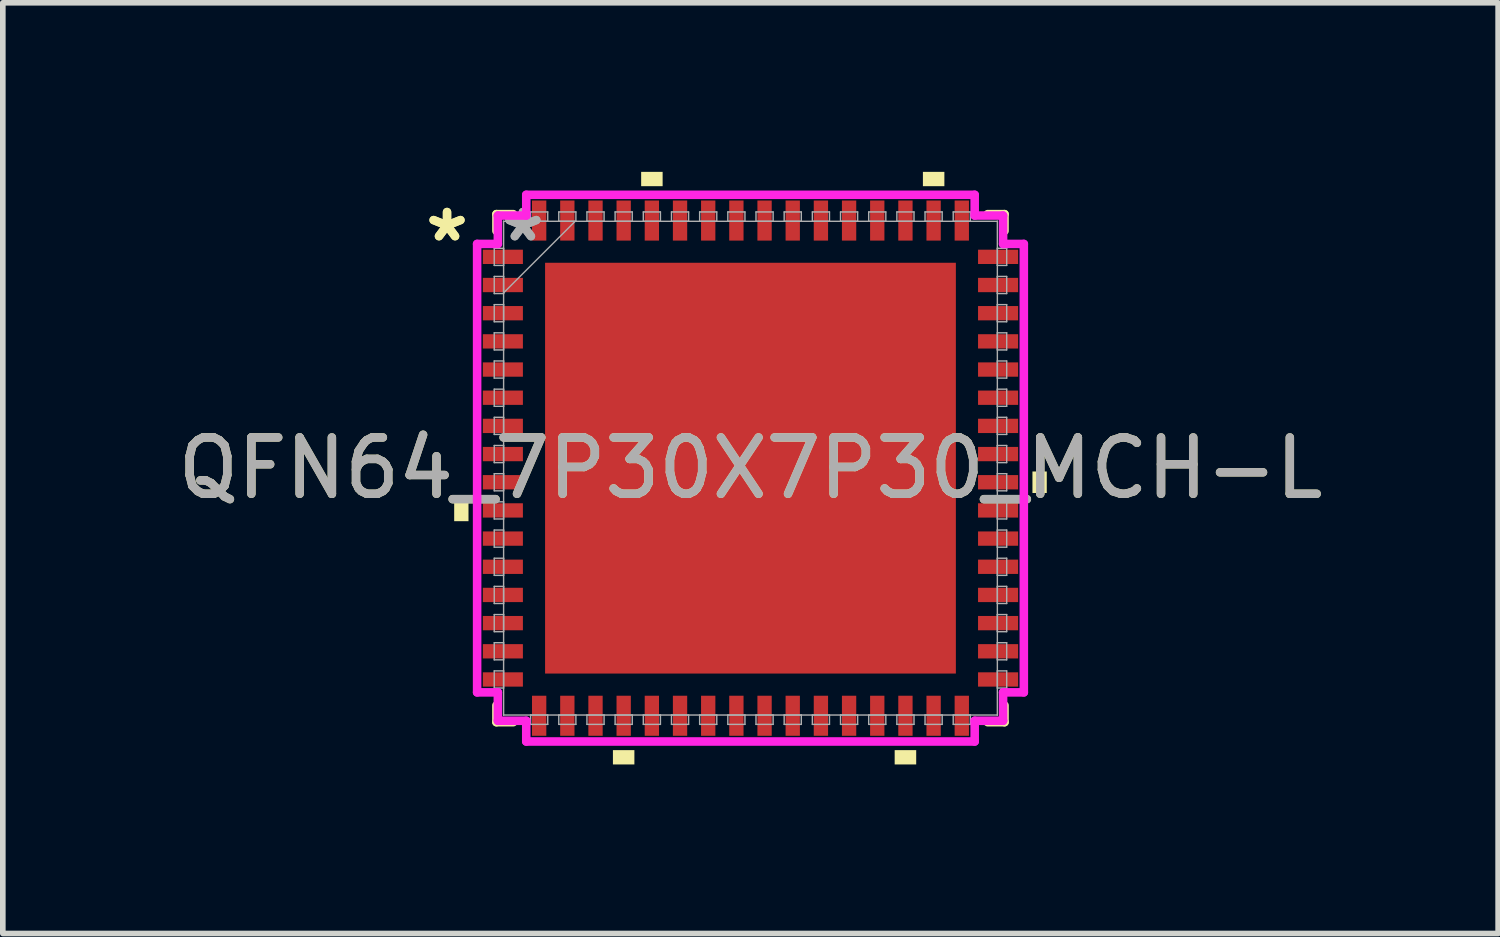
<source format=kicad_pcb>
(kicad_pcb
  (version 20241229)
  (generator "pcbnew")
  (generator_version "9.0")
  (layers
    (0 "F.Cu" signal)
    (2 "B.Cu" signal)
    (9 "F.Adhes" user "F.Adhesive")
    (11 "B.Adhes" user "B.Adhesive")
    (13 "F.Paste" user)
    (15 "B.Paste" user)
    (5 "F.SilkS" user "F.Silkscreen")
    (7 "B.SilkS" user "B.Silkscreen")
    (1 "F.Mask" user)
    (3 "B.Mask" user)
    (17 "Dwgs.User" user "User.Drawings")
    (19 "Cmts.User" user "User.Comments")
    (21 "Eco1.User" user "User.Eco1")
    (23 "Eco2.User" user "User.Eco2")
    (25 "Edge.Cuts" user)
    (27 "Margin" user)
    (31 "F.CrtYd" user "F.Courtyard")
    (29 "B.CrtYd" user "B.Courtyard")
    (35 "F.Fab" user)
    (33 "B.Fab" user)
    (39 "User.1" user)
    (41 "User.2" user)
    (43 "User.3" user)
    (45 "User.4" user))
  (footprint "QFN64_7P30X7P30_MCH-L"
    (layer "F.Cu")
    (at 10.268 5.258)
    (property "Reference" "QFN64_7P30X7P30_MCH-L" (at 0 0 0) (unlocked yes) (layer "F.SilkS") (effects (font (size 1 1) (thickness 0.15))))
    (attr smd)
    (fp_line (start -4.508 -4.508) (end -4.508 -4.21) (stroke (width 0.152) (type solid)) (layer "F.SilkS"))
    (fp_line (start -4.508 4.21) (end -4.508 4.508) (stroke (width 0.152) (type solid)) (layer "F.SilkS"))
    (fp_line (start -4.508 4.508) (end -4.21 4.508) (stroke (width 0.152) (type solid)) (layer "F.SilkS"))
    (fp_line (start -4.21 -4.508) (end -4.508 -4.508) (stroke (width 0.152) (type solid)) (layer "F.SilkS"))
    (fp_line (start 4.21 4.508) (end 4.508 4.508) (stroke (width 0.152) (type solid)) (layer "F.SilkS"))
    (fp_line (start 4.508 -4.508) (end 4.21 -4.508) (stroke (width 0.152) (type solid)) (layer "F.SilkS"))
    (fp_line (start 4.508 -4.21) (end 4.508 -4.508) (stroke (width 0.152) (type solid)) (layer "F.SilkS"))
    (fp_line (start 4.508 4.508) (end 4.508 4.21) (stroke (width 0.152) (type solid)) (layer "F.SilkS"))
    (fp_poly (pts (xy -5.258 0.56) (xy -5.258 0.941) (xy -5.004 0.941) (xy -5.004 0.56)) (stroke (width 0) (type solid)) (fill yes) (layer "F.SilkS"))
    (fp_poly (pts (xy -2.441 5.004) (xy -2.441 5.258) (xy -2.06 5.258) (xy -2.06 5.004)) (stroke (width 0) (type solid)) (fill yes) (layer "F.SilkS"))
    (fp_poly (pts (xy -1.94 -5.004) (xy -1.94 -5.258) (xy -1.559 -5.258) (xy -1.559 -5.004)) (stroke (width 0) (type solid)) (fill yes) (layer "F.SilkS"))
    (fp_poly (pts (xy 2.559 5.004) (xy 2.559 5.258) (xy 2.941 5.258) (xy 2.941 5.004)) (stroke (width 0) (type solid)) (fill yes) (layer "F.SilkS"))
    (fp_poly (pts (xy 3.06 -5.004) (xy 3.06 -5.258) (xy 3.441 -5.258) (xy 3.441 -5.004)) (stroke (width 0) (type solid)) (fill yes) (layer "F.SilkS"))
    (fp_poly (pts (xy 5.258 0.059) (xy 5.258 0.441) (xy 5.004 0.441) (xy 5.004 0.059)) (stroke (width 0) (type solid)) (fill yes) (layer "F.SilkS"))
    (fp_poly (pts (xy -3.545 -3.545) (xy -3.545 -2.287) (xy -2.287 -2.287) (xy -2.287 -3.545)) (stroke (width 0) (type solid)) (fill yes) (layer "F.Paste"))
    (fp_poly (pts (xy -3.545 -2.087) (xy -3.545 -0.829) (xy -2.287 -0.829) (xy -2.287 -2.087)) (stroke (width 0) (type solid)) (fill yes) (layer "F.Paste"))
    (fp_poly (pts (xy -3.545 -0.629) (xy -3.545 0.629) (xy -2.287 0.629) (xy -2.287 -0.629)) (stroke (width 0) (type solid)) (fill yes) (layer "F.Paste"))
    (fp_poly (pts (xy -3.545 0.829) (xy -3.545 2.087) (xy -2.287 2.087) (xy -2.287 0.829)) (stroke (width 0) (type solid)) (fill yes) (layer "F.Paste"))
    (fp_poly (pts (xy -3.545 2.287) (xy -3.545 3.545) (xy -2.287 3.545) (xy -2.287 2.287)) (stroke (width 0) (type solid)) (fill yes) (layer "F.Paste"))
    (fp_poly (pts (xy -2.087 -3.545) (xy -2.087 -2.287) (xy -0.829 -2.287) (xy -0.829 -3.545)) (stroke (width 0) (type solid)) (fill yes) (layer "F.Paste"))
    (fp_poly (pts (xy -2.087 -2.087) (xy -2.087 -0.829) (xy -0.829 -0.829) (xy -0.829 -2.087)) (stroke (width 0) (type solid)) (fill yes) (layer "F.Paste"))
    (fp_poly (pts (xy -2.087 -0.629) (xy -2.087 0.629) (xy -0.829 0.629) (xy -0.829 -0.629)) (stroke (width 0) (type solid)) (fill yes) (layer "F.Paste"))
    (fp_poly (pts (xy -2.087 0.829) (xy -2.087 2.087) (xy -0.829 2.087) (xy -0.829 0.829)) (stroke (width 0) (type solid)) (fill yes) (layer "F.Paste"))
    (fp_poly (pts (xy -2.087 2.287) (xy -2.087 3.545) (xy -0.829 3.545) (xy -0.829 2.287)) (stroke (width 0) (type solid)) (fill yes) (layer "F.Paste"))
    (fp_poly (pts (xy -0.629 -3.545) (xy -0.629 -2.287) (xy 0.629 -2.287) (xy 0.629 -3.545)) (stroke (width 0) (type solid)) (fill yes) (layer "F.Paste"))
    (fp_poly (pts (xy -0.629 -2.087) (xy -0.629 -0.829) (xy 0.629 -0.829) (xy 0.629 -2.087)) (stroke (width 0) (type solid)) (fill yes) (layer "F.Paste"))
    (fp_poly (pts (xy -0.629 -0.629) (xy -0.629 0.629) (xy 0.629 0.629) (xy 0.629 -0.629)) (stroke (width 0) (type solid)) (fill yes) (layer "F.Paste"))
    (fp_poly (pts (xy -0.629 0.829) (xy -0.629 2.087) (xy 0.629 2.087) (xy 0.629 0.829)) (stroke (width 0) (type solid)) (fill yes) (layer "F.Paste"))
    (fp_poly (pts (xy -0.629 2.287) (xy -0.629 3.545) (xy 0.629 3.545) (xy 0.629 2.287)) (stroke (width 0) (type solid)) (fill yes) (layer "F.Paste"))
    (fp_poly (pts (xy 0.829 -3.545) (xy 0.829 -2.287) (xy 2.087 -2.287) (xy 2.087 -3.545)) (stroke (width 0) (type solid)) (fill yes) (layer "F.Paste"))
    (fp_poly (pts (xy 0.829 -2.087) (xy 0.829 -0.829) (xy 2.087 -0.829) (xy 2.087 -2.087)) (stroke (width 0) (type solid)) (fill yes) (layer "F.Paste"))
    (fp_poly (pts (xy 0.829 -0.629) (xy 0.829 0.629) (xy 2.087 0.629) (xy 2.087 -0.629)) (stroke (width 0) (type solid)) (fill yes) (layer "F.Paste"))
    (fp_poly (pts (xy 0.829 0.829) (xy 0.829 2.087) (xy 2.087 2.087) (xy 2.087 0.829)) (stroke (width 0) (type solid)) (fill yes) (layer "F.Paste"))
    (fp_poly (pts (xy 0.829 2.287) (xy 0.829 3.545) (xy 2.087 3.545) (xy 2.087 2.287)) (stroke (width 0) (type solid)) (fill yes) (layer "F.Paste"))
    (fp_poly (pts (xy 2.287 -3.545) (xy 2.287 -2.287) (xy 3.545 -2.287) (xy 3.545 -3.545)) (stroke (width 0) (type solid)) (fill yes) (layer "F.Paste"))
    (fp_poly (pts (xy 2.287 -2.087) (xy 2.287 -0.829) (xy 3.545 -0.829) (xy 3.545 -2.087)) (stroke (width 0) (type solid)) (fill yes) (layer "F.Paste"))
    (fp_poly (pts (xy 2.287 -0.629) (xy 2.287 0.629) (xy 3.545 0.629) (xy 3.545 -0.629)) (stroke (width 0) (type solid)) (fill yes) (layer "F.Paste"))
    (fp_poly (pts (xy 2.287 0.829) (xy 2.287 2.087) (xy 3.545 2.087) (xy 3.545 0.829)) (stroke (width 0) (type solid)) (fill yes) (layer "F.Paste"))
    (fp_poly (pts (xy 2.287 2.287) (xy 2.287 3.545) (xy 3.545 3.545) (xy 3.545 2.287)) (stroke (width 0) (type solid)) (fill yes) (layer "F.Paste"))
    (fp_line (start -4.851 -3.979) (end -4.483 -3.979) (stroke (width 0.152) (type solid)) (layer "F.CrtYd"))
    (fp_line (start -4.851 3.979) (end -4.851 -3.979) (stroke (width 0.152) (type solid)) (layer "F.CrtYd"))
    (fp_line (start -4.483 -4.483) (end -3.979 -4.483) (stroke (width 0.152) (type solid)) (layer "F.CrtYd"))
    (fp_line (start -4.483 -3.979) (end -4.483 -4.483) (stroke (width 0.152) (type solid)) (layer "F.CrtYd"))
    (fp_line (start -4.483 3.979) (end -4.851 3.979) (stroke (width 0.152) (type solid)) (layer "F.CrtYd"))
    (fp_line (start -4.483 4.483) (end -4.483 3.979) (stroke (width 0.152) (type solid)) (layer "F.CrtYd"))
    (fp_line (start -3.979 -4.851) (end 3.979 -4.851) (stroke (width 0.152) (type solid)) (layer "F.CrtYd"))
    (fp_line (start -3.979 -4.483) (end -3.979 -4.851) (stroke (width 0.152) (type solid)) (layer "F.CrtYd"))
    (fp_line (start -3.979 4.483) (end -4.483 4.483) (stroke (width 0.152) (type solid)) (layer "F.CrtYd"))
    (fp_line (start -3.979 4.851) (end -3.979 4.483) (stroke (width 0.152) (type solid)) (layer "F.CrtYd"))
    (fp_line (start 3.979 -4.851) (end 3.979 -4.483) (stroke (width 0.152) (type solid)) (layer "F.CrtYd"))
    (fp_line (start 3.979 -4.483) (end 4.483 -4.483) (stroke (width 0.152) (type solid)) (layer "F.CrtYd"))
    (fp_line (start 3.979 4.483) (end 3.979 4.851) (stroke (width 0.152) (type solid)) (layer "F.CrtYd"))
    (fp_line (start 3.979 4.851) (end -3.979 4.851) (stroke (width 0.152) (type solid)) (layer "F.CrtYd"))
    (fp_line (start 4.483 -4.483) (end 4.483 -3.979) (stroke (width 0.152) (type solid)) (layer "F.CrtYd"))
    (fp_line (start 4.483 -3.979) (end 4.851 -3.979) (stroke (width 0.152) (type solid)) (layer "F.CrtYd"))
    (fp_line (start 4.483 3.979) (end 4.483 4.483) (stroke (width 0.152) (type solid)) (layer "F.CrtYd"))
    (fp_line (start 4.483 4.483) (end 3.979 4.483) (stroke (width 0.152) (type solid)) (layer "F.CrtYd"))
    (fp_line (start 4.851 -3.979) (end 4.851 3.979) (stroke (width 0.152) (type solid)) (layer "F.CrtYd"))
    (fp_line (start 4.851 3.979) (end 4.483 3.979) (stroke (width 0.152) (type solid)) (layer "F.CrtYd"))
    (fp_line (start -4.547 -3.902) (end -4.547 -3.598) (stroke (width 0.025) (type solid)) (layer "F.Fab"))
    (fp_line (start -4.547 -3.598) (end -4.381 -3.598) (stroke (width 0.025) (type solid)) (layer "F.Fab"))
    (fp_line (start -4.547 -3.402) (end -4.547 -3.098) (stroke (width 0.025) (type solid)) (layer "F.Fab"))
    (fp_line (start -4.547 -3.098) (end -4.381 -3.098) (stroke (width 0.025) (type solid)) (layer "F.Fab"))
    (fp_line (start -4.547 -2.902) (end -4.547 -2.598) (stroke (width 0.025) (type solid)) (layer "F.Fab"))
    (fp_line (start -4.547 -2.598) (end -4.381 -2.598) (stroke (width 0.025) (type solid)) (layer "F.Fab"))
    (fp_line (start -4.547 -2.402) (end -4.547 -2.098) (stroke (width 0.025) (type solid)) (layer "F.Fab"))
    (fp_line (start -4.547 -2.098) (end -4.381 -2.098) (stroke (width 0.025) (type solid)) (layer "F.Fab"))
    (fp_line (start -4.547 -1.902) (end -4.547 -1.598) (stroke (width 0.025) (type solid)) (layer "F.Fab"))
    (fp_line (start -4.547 -1.598) (end -4.381 -1.598) (stroke (width 0.025) (type solid)) (layer "F.Fab"))
    (fp_line (start -4.547 -1.402) (end -4.547 -1.098) (stroke (width 0.025) (type solid)) (layer "F.Fab"))
    (fp_line (start -4.547 -1.098) (end -4.381 -1.098) (stroke (width 0.025) (type solid)) (layer "F.Fab"))
    (fp_line (start -4.547 -0.902) (end -4.547 -0.598) (stroke (width 0.025) (type solid)) (layer "F.Fab"))
    (fp_line (start -4.547 -0.598) (end -4.381 -0.598) (stroke (width 0.025) (type solid)) (layer "F.Fab"))
    (fp_line (start -4.547 -0.402) (end -4.547 -0.098) (stroke (width 0.025) (type solid)) (layer "F.Fab"))
    (fp_line (start -4.547 -0.098) (end -4.381 -0.098) (stroke (width 0.025) (type solid)) (layer "F.Fab"))
    (fp_line (start -4.547 0.098) (end -4.547 0.402) (stroke (width 0.025) (type solid)) (layer "F.Fab"))
    (fp_line (start -4.547 0.402) (end -4.381 0.402) (stroke (width 0.025) (type solid)) (layer "F.Fab"))
    (fp_line (start -4.547 0.598) (end -4.547 0.902) (stroke (width 0.025) (type solid)) (layer "F.Fab"))
    (fp_line (start -4.547 0.902) (end -4.381 0.902) (stroke (width 0.025) (type solid)) (layer "F.Fab"))
    (fp_line (start -4.547 1.098) (end -4.547 1.402) (stroke (width 0.025) (type solid)) (layer "F.Fab"))
    (fp_line (start -4.547 1.402) (end -4.381 1.402) (stroke (width 0.025) (type solid)) (layer "F.Fab"))
    (fp_line (start -4.547 1.598) (end -4.547 1.902) (stroke (width 0.025) (type solid)) (layer "F.Fab"))
    (fp_line (start -4.547 1.902) (end -4.381 1.902) (stroke (width 0.025) (type solid)) (layer "F.Fab"))
    (fp_line (start -4.547 2.098) (end -4.547 2.402) (stroke (width 0.025) (type solid)) (layer "F.Fab"))
    (fp_line (start -4.547 2.402) (end -4.381 2.402) (stroke (width 0.025) (type solid)) (layer "F.Fab"))
    (fp_line (start -4.547 2.598) (end -4.547 2.902) (stroke (width 0.025) (type solid)) (layer "F.Fab"))
    (fp_line (start -4.547 2.902) (end -4.381 2.902) (stroke (width 0.025) (type solid)) (layer "F.Fab"))
    (fp_line (start -4.547 3.098) (end -4.547 3.402) (stroke (width 0.025) (type solid)) (layer "F.Fab"))
    (fp_line (start -4.547 3.402) (end -4.381 3.402) (stroke (width 0.025) (type solid)) (layer "F.Fab"))
    (fp_line (start -4.547 3.598) (end -4.547 3.902) (stroke (width 0.025) (type solid)) (layer "F.Fab"))
    (fp_line (start -4.547 3.902) (end -4.381 3.902) (stroke (width 0.025) (type solid)) (layer "F.Fab"))
    (fp_line (start -4.381 -4.381) (end -4.381 -4.381) (stroke (width 0.025) (type solid)) (layer "F.Fab"))
    (fp_line (start -4.381 -4.381) (end -4.381 4.381) (stroke (width 0.025) (type solid)) (layer "F.Fab"))
    (fp_line (start -4.381 -3.902) (end -4.547 -3.902) (stroke (width 0.025) (type solid)) (layer "F.Fab"))
    (fp_line (start -4.381 -3.598) (end -4.381 -3.902) (stroke (width 0.025) (type solid)) (layer "F.Fab"))
    (fp_line (start -4.381 -3.402) (end -4.547 -3.402) (stroke (width 0.025) (type solid)) (layer "F.Fab"))
    (fp_line (start -4.381 -3.111) (end -3.111 -4.381) (stroke (width 0.025) (type solid)) (layer "F.Fab"))
    (fp_line (start -4.381 -3.098) (end -4.381 -3.402) (stroke (width 0.025) (type solid)) (layer "F.Fab"))
    (fp_line (start -4.381 -2.902) (end -4.547 -2.902) (stroke (width 0.025) (type solid)) (layer "F.Fab"))
    (fp_line (start -4.381 -2.598) (end -4.381 -2.902) (stroke (width 0.025) (type solid)) (layer "F.Fab"))
    (fp_line (start -4.381 -2.402) (end -4.547 -2.402) (stroke (width 0.025) (type solid)) (layer "F.Fab"))
    (fp_line (start -4.381 -2.098) (end -4.381 -2.402) (stroke (width 0.025) (type solid)) (layer "F.Fab"))
    (fp_line (start -4.381 -1.902) (end -4.547 -1.902) (stroke (width 0.025) (type solid)) (layer "F.Fab"))
    (fp_line (start -4.381 -1.598) (end -4.381 -1.902) (stroke (width 0.025) (type solid)) (layer "F.Fab"))
    (fp_line (start -4.381 -1.402) (end -4.547 -1.402) (stroke (width 0.025) (type solid)) (layer "F.Fab"))
    (fp_line (start -4.381 -1.098) (end -4.381 -1.402) (stroke (width 0.025) (type solid)) (layer "F.Fab"))
    (fp_line (start -4.381 -0.902) (end -4.547 -0.902) (stroke (width 0.025) (type solid)) (layer "F.Fab"))
    (fp_line (start -4.381 -0.598) (end -4.381 -0.902) (stroke (width 0.025) (type solid)) (layer "F.Fab"))
    (fp_line (start -4.381 -0.402) (end -4.547 -0.402) (stroke (width 0.025) (type solid)) (layer "F.Fab"))
    (fp_line (start -4.381 -0.098) (end -4.381 -0.402) (stroke (width 0.025) (type solid)) (layer "F.Fab"))
    (fp_line (start -4.381 0.098) (end -4.547 0.098) (stroke (width 0.025) (type solid)) (layer "F.Fab"))
    (fp_line (start -4.381 0.402) (end -4.381 0.098) (stroke (width 0.025) (type solid)) (layer "F.Fab"))
    (fp_line (start -4.381 0.598) (end -4.547 0.598) (stroke (width 0.025) (type solid)) (layer "F.Fab"))
    (fp_line (start -4.381 0.902) (end -4.381 0.598) (stroke (width 0.025) (type solid)) (layer "F.Fab"))
    (fp_line (start -4.381 1.098) (end -4.547 1.098) (stroke (width 0.025) (type solid)) (layer "F.Fab"))
    (fp_line (start -4.381 1.402) (end -4.381 1.098) (stroke (width 0.025) (type solid)) (layer "F.Fab"))
    (fp_line (start -4.381 1.598) (end -4.547 1.598) (stroke (width 0.025) (type solid)) (layer "F.Fab"))
    (fp_line (start -4.381 1.902) (end -4.381 1.598) (stroke (width 0.025) (type solid)) (layer "F.Fab"))
    (fp_line (start -4.381 2.098) (end -4.547 2.098) (stroke (width 0.025) (type solid)) (layer "F.Fab"))
    (fp_line (start -4.381 2.402) (end -4.381 2.098) (stroke (width 0.025) (type solid)) (layer "F.Fab"))
    (fp_line (start -4.381 2.598) (end -4.547 2.598) (stroke (width 0.025) (type solid)) (layer "F.Fab"))
    (fp_line (start -4.381 2.902) (end -4.381 2.598) (stroke (width 0.025) (type solid)) (layer "F.Fab"))
    (fp_line (start -4.381 3.098) (end -4.547 3.098) (stroke (width 0.025) (type solid)) (layer "F.Fab"))
    (fp_line (start -4.381 3.402) (end -4.381 3.098) (stroke (width 0.025) (type solid)) (layer "F.Fab"))
    (fp_line (start -4.381 3.598) (end -4.547 3.598) (stroke (width 0.025) (type solid)) (layer "F.Fab"))
    (fp_line (start -4.381 3.902) (end -4.381 3.598) (stroke (width 0.025) (type solid)) (layer "F.Fab"))
    (fp_line (start -4.381 4.381) (end -4.381 4.381) (stroke (width 0.025) (type solid)) (layer "F.Fab"))
    (fp_line (start -4.381 4.381) (end 4.381 4.381) (stroke (width 0.025) (type solid)) (layer "F.Fab"))
    (fp_line (start -3.902 -4.547) (end -3.902 -4.381) (stroke (width 0.025) (type solid)) (layer "F.Fab"))
    (fp_line (start -3.902 -4.381) (end -3.598 -4.381) (stroke (width 0.025) (type solid)) (layer "F.Fab"))
    (fp_line (start -3.902 4.381) (end -3.902 4.547) (stroke (width 0.025) (type solid)) (layer "F.Fab"))
    (fp_line (start -3.902 4.547) (end -3.598 4.547) (stroke (width 0.025) (type solid)) (layer "F.Fab"))
    (fp_line (start -3.598 -4.547) (end -3.902 -4.547) (stroke (width 0.025) (type solid)) (layer "F.Fab"))
    (fp_line (start -3.598 -4.381) (end -3.598 -4.547) (stroke (width 0.025) (type solid)) (layer "F.Fab"))
    (fp_line (start -3.598 4.381) (end -3.902 4.381) (stroke (width 0.025) (type solid)) (layer "F.Fab"))
    (fp_line (start -3.598 4.547) (end -3.598 4.381) (stroke (width 0.025) (type solid)) (layer "F.Fab"))
    (fp_line (start -3.402 -4.547) (end -3.402 -4.381) (stroke (width 0.025) (type solid)) (layer "F.Fab"))
    (fp_line (start -3.402 -4.381) (end -3.098 -4.381) (stroke (width 0.025) (type solid)) (layer "F.Fab"))
    (fp_line (start -3.402 4.381) (end -3.402 4.547) (stroke (width 0.025) (type solid)) (layer "F.Fab"))
    (fp_line (start -3.402 4.547) (end -3.098 4.547) (stroke (width 0.025) (type solid)) (layer "F.Fab"))
    (fp_line (start -3.098 -4.547) (end -3.402 -4.547) (stroke (width 0.025) (type solid)) (layer "F.Fab"))
    (fp_line (start -3.098 -4.381) (end -3.098 -4.547) (stroke (width 0.025) (type solid)) (layer "F.Fab"))
    (fp_line (start -3.098 4.381) (end -3.402 4.381) (stroke (width 0.025) (type solid)) (layer "F.Fab"))
    (fp_line (start -3.098 4.547) (end -3.098 4.381) (stroke (width 0.025) (type solid)) (layer "F.Fab"))
    (fp_line (start -2.902 -4.547) (end -2.902 -4.381) (stroke (width 0.025) (type solid)) (layer "F.Fab"))
    (fp_line (start -2.902 -4.381) (end -2.598 -4.381) (stroke (width 0.025) (type solid)) (layer "F.Fab"))
    (fp_line (start -2.902 4.381) (end -2.902 4.547) (stroke (width 0.025) (type solid)) (layer "F.Fab"))
    (fp_line (start -2.902 4.547) (end -2.598 4.547) (stroke (width 0.025) (type solid)) (layer "F.Fab"))
    (fp_line (start -2.598 -4.547) (end -2.902 -4.547) (stroke (width 0.025) (type solid)) (layer "F.Fab"))
    (fp_line (start -2.598 -4.381) (end -2.598 -4.547) (stroke (width 0.025) (type solid)) (layer "F.Fab"))
    (fp_line (start -2.598 4.381) (end -2.902 4.381) (stroke (width 0.025) (type solid)) (layer "F.Fab"))
    (fp_line (start -2.598 4.547) (end -2.598 4.381) (stroke (width 0.025) (type solid)) (layer "F.Fab"))
    (fp_line (start -2.402 -4.547) (end -2.402 -4.381) (stroke (width 0.025) (type solid)) (layer "F.Fab"))
    (fp_line (start -2.402 -4.381) (end -2.098 -4.381) (stroke (width 0.025) (type solid)) (layer "F.Fab"))
    (fp_line (start -2.402 4.381) (end -2.402 4.547) (stroke (width 0.025) (type solid)) (layer "F.Fab"))
    (fp_line (start -2.402 4.547) (end -2.098 4.547) (stroke (width 0.025) (type solid)) (layer "F.Fab"))
    (fp_line (start -2.098 -4.547) (end -2.402 -4.547) (stroke (width 0.025) (type solid)) (layer "F.Fab"))
    (fp_line (start -2.098 -4.381) (end -2.098 -4.547) (stroke (width 0.025) (type solid)) (layer "F.Fab"))
    (fp_line (start -2.098 4.381) (end -2.402 4.381) (stroke (width 0.025) (type solid)) (layer "F.Fab"))
    (fp_line (start -2.098 4.547) (end -2.098 4.381) (stroke (width 0.025) (type solid)) (layer "F.Fab"))
    (fp_line (start -1.902 -4.547) (end -1.902 -4.381) (stroke (width 0.025) (type solid)) (layer "F.Fab"))
    (fp_line (start -1.902 -4.381) (end -1.598 -4.381) (stroke (width 0.025) (type solid)) (layer "F.Fab"))
    (fp_line (start -1.902 4.381) (end -1.902 4.547) (stroke (width 0.025) (type solid)) (layer "F.Fab"))
    (fp_line (start -1.902 4.547) (end -1.598 4.547) (stroke (width 0.025) (type solid)) (layer "F.Fab"))
    (fp_line (start -1.598 -4.547) (end -1.902 -4.547) (stroke (width 0.025) (type solid)) (layer "F.Fab"))
    (fp_line (start -1.598 -4.381) (end -1.598 -4.547) (stroke (width 0.025) (type solid)) (layer "F.Fab"))
    (fp_line (start -1.598 4.381) (end -1.902 4.381) (stroke (width 0.025) (type solid)) (layer "F.Fab"))
    (fp_line (start -1.598 4.547) (end -1.598 4.381) (stroke (width 0.025) (type solid)) (layer "F.Fab"))
    (fp_line (start -1.402 -4.547) (end -1.402 -4.381) (stroke (width 0.025) (type solid)) (layer "F.Fab"))
    (fp_line (start -1.402 -4.381) (end -1.098 -4.381) (stroke (width 0.025) (type solid)) (layer "F.Fab"))
    (fp_line (start -1.402 4.381) (end -1.402 4.547) (stroke (width 0.025) (type solid)) (layer "F.Fab"))
    (fp_line (start -1.402 4.547) (end -1.098 4.547) (stroke (width 0.025) (type solid)) (layer "F.Fab"))
    (fp_line (start -1.098 -4.547) (end -1.402 -4.547) (stroke (width 0.025) (type solid)) (layer "F.Fab"))
    (fp_line (start -1.098 -4.381) (end -1.098 -4.547) (stroke (width 0.025) (type solid)) (layer "F.Fab"))
    (fp_line (start -1.098 4.381) (end -1.402 4.381) (stroke (width 0.025) (type solid)) (layer "F.Fab"))
    (fp_line (start -1.098 4.547) (end -1.098 4.381) (stroke (width 0.025) (type solid)) (layer "F.Fab"))
    (fp_line (start -0.902 -4.547) (end -0.902 -4.381) (stroke (width 0.025) (type solid)) (layer "F.Fab"))
    (fp_line (start -0.902 -4.381) (end -0.598 -4.381) (stroke (width 0.025) (type solid)) (layer "F.Fab"))
    (fp_line (start -0.902 4.381) (end -0.902 4.547) (stroke (width 0.025) (type solid)) (layer "F.Fab"))
    (fp_line (start -0.902 4.547) (end -0.598 4.547) (stroke (width 0.025) (type solid)) (layer "F.Fab"))
    (fp_line (start -0.598 -4.547) (end -0.902 -4.547) (stroke (width 0.025) (type solid)) (layer "F.Fab"))
    (fp_line (start -0.598 -4.381) (end -0.598 -4.547) (stroke (width 0.025) (type solid)) (layer "F.Fab"))
    (fp_line (start -0.598 4.381) (end -0.902 4.381) (stroke (width 0.025) (type solid)) (layer "F.Fab"))
    (fp_line (start -0.598 4.547) (end -0.598 4.381) (stroke (width 0.025) (type solid)) (layer "F.Fab"))
    (fp_line (start -0.402 -4.547) (end -0.402 -4.381) (stroke (width 0.025) (type solid)) (layer "F.Fab"))
    (fp_line (start -0.402 -4.381) (end -0.098 -4.381) (stroke (width 0.025) (type solid)) (layer "F.Fab"))
    (fp_line (start -0.402 4.381) (end -0.402 4.547) (stroke (width 0.025) (type solid)) (layer "F.Fab"))
    (fp_line (start -0.402 4.547) (end -0.098 4.547) (stroke (width 0.025) (type solid)) (layer "F.Fab"))
    (fp_line (start -0.098 -4.547) (end -0.402 -4.547) (stroke (width 0.025) (type solid)) (layer "F.Fab"))
    (fp_line (start -0.098 -4.381) (end -0.098 -4.547) (stroke (width 0.025) (type solid)) (layer "F.Fab"))
    (fp_line (start -0.098 4.381) (end -0.402 4.381) (stroke (width 0.025) (type solid)) (layer "F.Fab"))
    (fp_line (start -0.098 4.547) (end -0.098 4.381) (stroke (width 0.025) (type solid)) (layer "F.Fab"))
    (fp_line (start 0.098 -4.547) (end 0.098 -4.381) (stroke (width 0.025) (type solid)) (layer "F.Fab"))
    (fp_line (start 0.098 -4.381) (end 0.402 -4.381) (stroke (width 0.025) (type solid)) (layer "F.Fab"))
    (fp_line (start 0.098 4.381) (end 0.098 4.547) (stroke (width 0.025) (type solid)) (layer "F.Fab"))
    (fp_line (start 0.098 4.547) (end 0.402 4.547) (stroke (width 0.025) (type solid)) (layer "F.Fab"))
    (fp_line (start 0.402 -4.547) (end 0.098 -4.547) (stroke (width 0.025) (type solid)) (layer "F.Fab"))
    (fp_line (start 0.402 -4.381) (end 0.402 -4.547) (stroke (width 0.025) (type solid)) (layer "F.Fab"))
    (fp_line (start 0.402 4.381) (end 0.098 4.381) (stroke (width 0.025) (type solid)) (layer "F.Fab"))
    (fp_line (start 0.402 4.547) (end 0.402 4.381) (stroke (width 0.025) (type solid)) (layer "F.Fab"))
    (fp_line (start 0.598 -4.547) (end 0.598 -4.381) (stroke (width 0.025) (type solid)) (layer "F.Fab"))
    (fp_line (start 0.598 -4.381) (end 0.902 -4.381) (stroke (width 0.025) (type solid)) (layer "F.Fab"))
    (fp_line (start 0.598 4.381) (end 0.598 4.547) (stroke (width 0.025) (type solid)) (layer "F.Fab"))
    (fp_line (start 0.598 4.547) (end 0.902 4.547) (stroke (width 0.025) (type solid)) (layer "F.Fab"))
    (fp_line (start 0.902 -4.547) (end 0.598 -4.547) (stroke (width 0.025) (type solid)) (layer "F.Fab"))
    (fp_line (start 0.902 -4.381) (end 0.902 -4.547) (stroke (width 0.025) (type solid)) (layer "F.Fab"))
    (fp_line (start 0.902 4.381) (end 0.598 4.381) (stroke (width 0.025) (type solid)) (layer "F.Fab"))
    (fp_line (start 0.902 4.547) (end 0.902 4.381) (stroke (width 0.025) (type solid)) (layer "F.Fab"))
    (fp_line (start 1.098 -4.547) (end 1.098 -4.381) (stroke (width 0.025) (type solid)) (layer "F.Fab"))
    (fp_line (start 1.098 -4.381) (end 1.402 -4.381) (stroke (width 0.025) (type solid)) (layer "F.Fab"))
    (fp_line (start 1.098 4.381) (end 1.098 4.547) (stroke (width 0.025) (type solid)) (layer "F.Fab"))
    (fp_line (start 1.098 4.547) (end 1.402 4.547) (stroke (width 0.025) (type solid)) (layer "F.Fab"))
    (fp_line (start 1.402 -4.547) (end 1.098 -4.547) (stroke (width 0.025) (type solid)) (layer "F.Fab"))
    (fp_line (start 1.402 -4.381) (end 1.402 -4.547) (stroke (width 0.025) (type solid)) (layer "F.Fab"))
    (fp_line (start 1.402 4.381) (end 1.098 4.381) (stroke (width 0.025) (type solid)) (layer "F.Fab"))
    (fp_line (start 1.402 4.547) (end 1.402 4.381) (stroke (width 0.025) (type solid)) (layer "F.Fab"))
    (fp_line (start 1.598 -4.547) (end 1.598 -4.381) (stroke (width 0.025) (type solid)) (layer "F.Fab"))
    (fp_line (start 1.598 -4.381) (end 1.902 -4.381) (stroke (width 0.025) (type solid)) (layer "F.Fab"))
    (fp_line (start 1.598 4.381) (end 1.598 4.547) (stroke (width 0.025) (type solid)) (layer "F.Fab"))
    (fp_line (start 1.598 4.547) (end 1.902 4.547) (stroke (width 0.025) (type solid)) (layer "F.Fab"))
    (fp_line (start 1.902 -4.547) (end 1.598 -4.547) (stroke (width 0.025) (type solid)) (layer "F.Fab"))
    (fp_line (start 1.902 -4.381) (end 1.902 -4.547) (stroke (width 0.025) (type solid)) (layer "F.Fab"))
    (fp_line (start 1.902 4.381) (end 1.598 4.381) (stroke (width 0.025) (type solid)) (layer "F.Fab"))
    (fp_line (start 1.902 4.547) (end 1.902 4.381) (stroke (width 0.025) (type solid)) (layer "F.Fab"))
    (fp_line (start 2.098 -4.547) (end 2.098 -4.381) (stroke (width 0.025) (type solid)) (layer "F.Fab"))
    (fp_line (start 2.098 -4.381) (end 2.402 -4.381) (stroke (width 0.025) (type solid)) (layer "F.Fab"))
    (fp_line (start 2.098 4.381) (end 2.098 4.547) (stroke (width 0.025) (type solid)) (layer "F.Fab"))
    (fp_line (start 2.098 4.547) (end 2.402 4.547) (stroke (width 0.025) (type solid)) (layer "F.Fab"))
    (fp_line (start 2.402 -4.547) (end 2.098 -4.547) (stroke (width 0.025) (type solid)) (layer "F.Fab"))
    (fp_line (start 2.402 -4.381) (end 2.402 -4.547) (stroke (width 0.025) (type solid)) (layer "F.Fab"))
    (fp_line (start 2.402 4.381) (end 2.098 4.381) (stroke (width 0.025) (type solid)) (layer "F.Fab"))
    (fp_line (start 2.402 4.547) (end 2.402 4.381) (stroke (width 0.025) (type solid)) (layer "F.Fab"))
    (fp_line (start 2.598 -4.547) (end 2.598 -4.381) (stroke (width 0.025) (type solid)) (layer "F.Fab"))
    (fp_line (start 2.598 -4.381) (end 2.902 -4.381) (stroke (width 0.025) (type solid)) (layer "F.Fab"))
    (fp_line (start 2.598 4.381) (end 2.598 4.547) (stroke (width 0.025) (type solid)) (layer "F.Fab"))
    (fp_line (start 2.598 4.547) (end 2.902 4.547) (stroke (width 0.025) (type solid)) (layer "F.Fab"))
    (fp_line (start 2.902 -4.547) (end 2.598 -4.547) (stroke (width 0.025) (type solid)) (layer "F.Fab"))
    (fp_line (start 2.902 -4.381) (end 2.902 -4.547) (stroke (width 0.025) (type solid)) (layer "F.Fab"))
    (fp_line (start 2.902 4.381) (end 2.598 4.381) (stroke (width 0.025) (type solid)) (layer "F.Fab"))
    (fp_line (start 2.902 4.547) (end 2.902 4.381) (stroke (width 0.025) (type solid)) (layer "F.Fab"))
    (fp_line (start 3.098 -4.547) (end 3.098 -4.381) (stroke (width 0.025) (type solid)) (layer "F.Fab"))
    (fp_line (start 3.098 -4.381) (end 3.402 -4.381) (stroke (width 0.025) (type solid)) (layer "F.Fab"))
    (fp_line (start 3.098 4.381) (end 3.098 4.547) (stroke (width 0.025) (type solid)) (layer "F.Fab"))
    (fp_line (start 3.098 4.547) (end 3.402 4.547) (stroke (width 0.025) (type solid)) (layer "F.Fab"))
    (fp_line (start 3.402 -4.547) (end 3.098 -4.547) (stroke (width 0.025) (type solid)) (layer "F.Fab"))
    (fp_line (start 3.402 -4.381) (end 3.402 -4.547) (stroke (width 0.025) (type solid)) (layer "F.Fab"))
    (fp_line (start 3.402 4.381) (end 3.098 4.381) (stroke (width 0.025) (type solid)) (layer "F.Fab"))
    (fp_line (start 3.402 4.547) (end 3.402 4.381) (stroke (width 0.025) (type solid)) (layer "F.Fab"))
    (fp_line (start 3.598 -4.547) (end 3.598 -4.381) (stroke (width 0.025) (type solid)) (layer "F.Fab"))
    (fp_line (start 3.598 -4.381) (end 3.902 -4.381) (stroke (width 0.025) (type solid)) (layer "F.Fab"))
    (fp_line (start 3.598 4.381) (end 3.598 4.547) (stroke (width 0.025) (type solid)) (layer "F.Fab"))
    (fp_line (start 3.598 4.547) (end 3.902 4.547) (stroke (width 0.025) (type solid)) (layer "F.Fab"))
    (fp_line (start 3.902 -4.547) (end 3.598 -4.547) (stroke (width 0.025) (type solid)) (layer "F.Fab"))
    (fp_line (start 3.902 -4.381) (end 3.902 -4.547) (stroke (width 0.025) (type solid)) (layer "F.Fab"))
    (fp_line (start 3.902 4.381) (end 3.598 4.381) (stroke (width 0.025) (type solid)) (layer "F.Fab"))
    (fp_line (start 3.902 4.547) (end 3.902 4.381) (stroke (width 0.025) (type solid)) (layer "F.Fab"))
    (fp_line (start 4.381 -4.381) (end -4.381 -4.381) (stroke (width 0.025) (type solid)) (layer "F.Fab"))
    (fp_line (start 4.381 -4.381) (end 4.381 -4.381) (stroke (width 0.025) (type solid)) (layer "F.Fab"))
    (fp_line (start 4.381 -3.902) (end 4.381 -3.598) (stroke (width 0.025) (type solid)) (layer "F.Fab"))
    (fp_line (start 4.381 -3.598) (end 4.547 -3.598) (stroke (width 0.025) (type solid)) (layer "F.Fab"))
    (fp_line (start 4.381 -3.402) (end 4.381 -3.098) (stroke (width 0.025) (type solid)) (layer "F.Fab"))
    (fp_line (start 4.381 -3.098) (end 4.547 -3.098) (stroke (width 0.025) (type solid)) (layer "F.Fab"))
    (fp_line (start 4.381 -2.902) (end 4.381 -2.598) (stroke (width 0.025) (type solid)) (layer "F.Fab"))
    (fp_line (start 4.381 -2.598) (end 4.547 -2.598) (stroke (width 0.025) (type solid)) (layer "F.Fab"))
    (fp_line (start 4.381 -2.402) (end 4.381 -2.098) (stroke (width 0.025) (type solid)) (layer "F.Fab"))
    (fp_line (start 4.381 -2.098) (end 4.547 -2.098) (stroke (width 0.025) (type solid)) (layer "F.Fab"))
    (fp_line (start 4.381 -1.902) (end 4.381 -1.598) (stroke (width 0.025) (type solid)) (layer "F.Fab"))
    (fp_line (start 4.381 -1.598) (end 4.547 -1.598) (stroke (width 0.025) (type solid)) (layer "F.Fab"))
    (fp_line (start 4.381 -1.402) (end 4.381 -1.098) (stroke (width 0.025) (type solid)) (layer "F.Fab"))
    (fp_line (start 4.381 -1.098) (end 4.547 -1.098) (stroke (width 0.025) (type solid)) (layer "F.Fab"))
    (fp_line (start 4.381 -0.902) (end 4.381 -0.598) (stroke (width 0.025) (type solid)) (layer "F.Fab"))
    (fp_line (start 4.381 -0.598) (end 4.547 -0.598) (stroke (width 0.025) (type solid)) (layer "F.Fab"))
    (fp_line (start 4.381 -0.402) (end 4.381 -0.098) (stroke (width 0.025) (type solid)) (layer "F.Fab"))
    (fp_line (start 4.381 -0.098) (end 4.547 -0.098) (stroke (width 0.025) (type solid)) (layer "F.Fab"))
    (fp_line (start 4.381 0.098) (end 4.381 0.402) (stroke (width 0.025) (type solid)) (layer "F.Fab"))
    (fp_line (start 4.381 0.402) (end 4.547 0.402) (stroke (width 0.025) (type solid)) (layer "F.Fab"))
    (fp_line (start 4.381 0.598) (end 4.381 0.902) (stroke (width 0.025) (type solid)) (layer "F.Fab"))
    (fp_line (start 4.381 0.902) (end 4.547 0.902) (stroke (width 0.025) (type solid)) (layer "F.Fab"))
    (fp_line (start 4.381 1.098) (end 4.381 1.402) (stroke (width 0.025) (type solid)) (layer "F.Fab"))
    (fp_line (start 4.381 1.402) (end 4.547 1.402) (stroke (width 0.025) (type solid)) (layer "F.Fab"))
    (fp_line (start 4.381 1.598) (end 4.381 1.902) (stroke (width 0.025) (type solid)) (layer "F.Fab"))
    (fp_line (start 4.381 1.902) (end 4.547 1.902) (stroke (width 0.025) (type solid)) (layer "F.Fab"))
    (fp_line (start 4.381 2.098) (end 4.381 2.402) (stroke (width 0.025) (type solid)) (layer "F.Fab"))
    (fp_line (start 4.381 2.402) (end 4.547 2.402) (stroke (width 0.025) (type solid)) (layer "F.Fab"))
    (fp_line (start 4.381 2.598) (end 4.381 2.902) (stroke (width 0.025) (type solid)) (layer "F.Fab"))
    (fp_line (start 4.381 2.902) (end 4.547 2.902) (stroke (width 0.025) (type solid)) (layer "F.Fab"))
    (fp_line (start 4.381 3.098) (end 4.381 3.402) (stroke (width 0.025) (type solid)) (layer "F.Fab"))
    (fp_line (start 4.381 3.402) (end 4.547 3.402) (stroke (width 0.025) (type solid)) (layer "F.Fab"))
    (fp_line (start 4.381 3.598) (end 4.381 3.902) (stroke (width 0.025) (type solid)) (layer "F.Fab"))
    (fp_line (start 4.381 3.902) (end 4.547 3.902) (stroke (width 0.025) (type solid)) (layer "F.Fab"))
    (fp_line (start 4.381 4.381) (end 4.381 -4.381) (stroke (width 0.025) (type solid)) (layer "F.Fab"))
    (fp_line (start 4.381 4.381) (end 4.381 4.381) (stroke (width 0.025) (type solid)) (layer "F.Fab"))
    (fp_line (start 4.547 -3.902) (end 4.381 -3.902) (stroke (width 0.025) (type solid)) (layer "F.Fab"))
    (fp_line (start 4.547 -3.598) (end 4.547 -3.902) (stroke (width 0.025) (type solid)) (layer "F.Fab"))
    (fp_line (start 4.547 -3.402) (end 4.381 -3.402) (stroke (width 0.025) (type solid)) (layer "F.Fab"))
    (fp_line (start 4.547 -3.098) (end 4.547 -3.402) (stroke (width 0.025) (type solid)) (layer "F.Fab"))
    (fp_line (start 4.547 -2.902) (end 4.381 -2.902) (stroke (width 0.025) (type solid)) (layer "F.Fab"))
    (fp_line (start 4.547 -2.598) (end 4.547 -2.902) (stroke (width 0.025) (type solid)) (layer "F.Fab"))
    (fp_line (start 4.547 -2.402) (end 4.381 -2.402) (stroke (width 0.025) (type solid)) (layer "F.Fab"))
    (fp_line (start 4.547 -2.098) (end 4.547 -2.402) (stroke (width 0.025) (type solid)) (layer "F.Fab"))
    (fp_line (start 4.547 -1.902) (end 4.381 -1.902) (stroke (width 0.025) (type solid)) (layer "F.Fab"))
    (fp_line (start 4.547 -1.598) (end 4.547 -1.902) (stroke (width 0.025) (type solid)) (layer "F.Fab"))
    (fp_line (start 4.547 -1.402) (end 4.381 -1.402) (stroke (width 0.025) (type solid)) (layer "F.Fab"))
    (fp_line (start 4.547 -1.098) (end 4.547 -1.402) (stroke (width 0.025) (type solid)) (layer "F.Fab"))
    (fp_line (start 4.547 -0.902) (end 4.381 -0.902) (stroke (width 0.025) (type solid)) (layer "F.Fab"))
    (fp_line (start 4.547 -0.598) (end 4.547 -0.902) (stroke (width 0.025) (type solid)) (layer "F.Fab"))
    (fp_line (start 4.547 -0.402) (end 4.381 -0.402) (stroke (width 0.025) (type solid)) (layer "F.Fab"))
    (fp_line (start 4.547 -0.098) (end 4.547 -0.402) (stroke (width 0.025) (type solid)) (layer "F.Fab"))
    (fp_line (start 4.547 0.098) (end 4.381 0.098) (stroke (width 0.025) (type solid)) (layer "F.Fab"))
    (fp_line (start 4.547 0.402) (end 4.547 0.098) (stroke (width 0.025) (type solid)) (layer "F.Fab"))
    (fp_line (start 4.547 0.598) (end 4.381 0.598) (stroke (width 0.025) (type solid)) (layer "F.Fab"))
    (fp_line (start 4.547 0.902) (end 4.547 0.598) (stroke (width 0.025) (type solid)) (layer "F.Fab"))
    (fp_line (start 4.547 1.098) (end 4.381 1.098) (stroke (width 0.025) (type solid)) (layer "F.Fab"))
    (fp_line (start 4.547 1.402) (end 4.547 1.098) (stroke (width 0.025) (type solid)) (layer "F.Fab"))
    (fp_line (start 4.547 1.598) (end 4.381 1.598) (stroke (width 0.025) (type solid)) (layer "F.Fab"))
    (fp_line (start 4.547 1.902) (end 4.547 1.598) (stroke (width 0.025) (type solid)) (layer "F.Fab"))
    (fp_line (start 4.547 2.098) (end 4.381 2.098) (stroke (width 0.025) (type solid)) (layer "F.Fab"))
    (fp_line (start 4.547 2.402) (end 4.547 2.098) (stroke (width 0.025) (type solid)) (layer "F.Fab"))
    (fp_line (start 4.547 2.598) (end 4.381 2.598) (stroke (width 0.025) (type solid)) (layer "F.Fab"))
    (fp_line (start 4.547 2.902) (end 4.547 2.598) (stroke (width 0.025) (type solid)) (layer "F.Fab"))
    (fp_line (start 4.547 3.098) (end 4.381 3.098) (stroke (width 0.025) (type solid)) (layer "F.Fab"))
    (fp_line (start 4.547 3.402) (end 4.547 3.098) (stroke (width 0.025) (type solid)) (layer "F.Fab"))
    (fp_line (start 4.547 3.598) (end 4.381 3.598) (stroke (width 0.025) (type solid)) (layer "F.Fab"))
    (fp_line (start 4.547 3.902) (end 4.547 3.598) (stroke (width 0.025) (type solid)) (layer "F.Fab"))
    (fp_text user "*" (at -5.385 -4 0) (unlocked yes) (layer "F.SilkS") (effects (font (size 1 1) (thickness 0.15))))
    (fp_text user "*" (at -5.385 -4 0) (layer "F.SilkS") (effects (font (size 1 1) (thickness 0.15))))
    (fp_text user "${REFERENCE}" (at 0 0 0) (unlocked yes) (layer "F.Fab") (effects (font (size 1 1) (thickness 0.15))))
    (fp_text user "*" (at -4.039 -4 0) (unlocked yes) (layer "F.Fab") (effects (font (size 1 1) (thickness 0.15))))
    (fp_text user "*" (at -4.039 -4 0) (layer "F.Fab") (effects (font (size 1 1) (thickness 0.15))))
    (pad "1" smd rect (at -4.394 -3.75 90) (size 0.254 0.711) (layers "F.Cu" "F.Mask" "F.Paste"))
    (pad "2" smd rect (at -4.394 -3.25 90) (size 0.254 0.711) (layers "F.Cu" "F.Mask" "F.Paste"))
    (pad "3" smd rect (at -4.394 -2.75 90) (size 0.254 0.711) (layers "F.Cu" "F.Mask" "F.Paste"))
    (pad "4" smd rect (at -4.394 -2.25 90) (size 0.254 0.711) (layers "F.Cu" "F.Mask" "F.Paste"))
    (pad "5" smd rect (at -4.394 -1.75 90) (size 0.254 0.711) (layers "F.Cu" "F.Mask" "F.Paste"))
    (pad "6" smd rect (at -4.394 -1.25 90) (size 0.254 0.711) (layers "F.Cu" "F.Mask" "F.Paste"))
    (pad "7" smd rect (at -4.394 -0.75 90) (size 0.254 0.711) (layers "F.Cu" "F.Mask" "F.Paste"))
    (pad "8" smd rect (at -4.394 -0.25 90) (size 0.254 0.711) (layers "F.Cu" "F.Mask" "F.Paste"))
    (pad "9" smd rect (at -4.394 0.25 90) (size 0.254 0.711) (layers "F.Cu" "F.Mask" "F.Paste"))
    (pad "10" smd rect (at -4.394 0.75 90) (size 0.254 0.711) (layers "F.Cu" "F.Mask" "F.Paste"))
    (pad "11" smd rect (at -4.394 1.25 90) (size 0.254 0.711) (layers "F.Cu" "F.Mask" "F.Paste"))
    (pad "12" smd rect (at -4.394 1.75 90) (size 0.254 0.711) (layers "F.Cu" "F.Mask" "F.Paste"))
    (pad "13" smd rect (at -4.394 2.25 90) (size 0.254 0.711) (layers "F.Cu" "F.Mask" "F.Paste"))
    (pad "14" smd rect (at -4.394 2.75 90) (size 0.254 0.711) (layers "F.Cu" "F.Mask" "F.Paste"))
    (pad "15" smd rect (at -4.394 3.25 90) (size 0.254 0.711) (layers "F.Cu" "F.Mask" "F.Paste"))
    (pad "16" smd rect (at -4.394 3.75 90) (size 0.254 0.711) (layers "F.Cu" "F.Mask" "F.Paste"))
    (pad "17" smd rect (at -3.75 4.394) (size 0.254 0.711) (layers "F.Cu" "F.Mask" "F.Paste"))
    (pad "18" smd rect (at -3.25 4.394) (size 0.254 0.711) (layers "F.Cu" "F.Mask" "F.Paste"))
    (pad "19" smd rect (at -2.75 4.394) (size 0.254 0.711) (layers "F.Cu" "F.Mask" "F.Paste"))
    (pad "20" smd rect (at -2.25 4.394) (size 0.254 0.711) (layers "F.Cu" "F.Mask" "F.Paste"))
    (pad "21" smd rect (at -1.75 4.394) (size 0.254 0.711) (layers "F.Cu" "F.Mask" "F.Paste"))
    (pad "22" smd rect (at -1.25 4.394) (size 0.254 0.711) (layers "F.Cu" "F.Mask" "F.Paste"))
    (pad "23" smd rect (at -0.75 4.394) (size 0.254 0.711) (layers "F.Cu" "F.Mask" "F.Paste"))
    (pad "24" smd rect (at -0.25 4.394) (size 0.254 0.711) (layers "F.Cu" "F.Mask" "F.Paste"))
    (pad "25" smd rect (at 0.25 4.394) (size 0.254 0.711) (layers "F.Cu" "F.Mask" "F.Paste"))
    (pad "26" smd rect (at 0.75 4.394) (size 0.254 0.711) (layers "F.Cu" "F.Mask" "F.Paste"))
    (pad "27" smd rect (at 1.25 4.394) (size 0.254 0.711) (layers "F.Cu" "F.Mask" "F.Paste"))
    (pad "28" smd rect (at 1.75 4.394) (size 0.254 0.711) (layers "F.Cu" "F.Mask" "F.Paste"))
    (pad "29" smd rect (at 2.25 4.394) (size 0.254 0.711) (layers "F.Cu" "F.Mask" "F.Paste"))
    (pad "30" smd rect (at 2.75 4.394) (size 0.254 0.711) (layers "F.Cu" "F.Mask" "F.Paste"))
    (pad "31" smd rect (at 3.25 4.394) (size 0.254 0.711) (layers "F.Cu" "F.Mask" "F.Paste"))
    (pad "32" smd rect (at 3.75 4.394) (size 0.254 0.711) (layers "F.Cu" "F.Mask" "F.Paste"))
    (pad "33" smd rect (at 4.394 3.75 90) (size 0.254 0.711) (layers "F.Cu" "F.Mask" "F.Paste"))
    (pad "34" smd rect (at 4.394 3.25 90) (size 0.254 0.711) (layers "F.Cu" "F.Mask" "F.Paste"))
    (pad "35" smd rect (at 4.394 2.75 90) (size 0.254 0.711) (layers "F.Cu" "F.Mask" "F.Paste"))
    (pad "36" smd rect (at 4.394 2.25 90) (size 0.254 0.711) (layers "F.Cu" "F.Mask" "F.Paste"))
    (pad "37" smd rect (at 4.394 1.75 90) (size 0.254 0.711) (layers "F.Cu" "F.Mask" "F.Paste"))
    (pad "38" smd rect (at 4.394 1.25 90) (size 0.254 0.711) (layers "F.Cu" "F.Mask" "F.Paste"))
    (pad "39" smd rect (at 4.394 0.75 90) (size 0.254 0.711) (layers "F.Cu" "F.Mask" "F.Paste"))
    (pad "40" smd rect (at 4.394 0.25 90) (size 0.254 0.711) (layers "F.Cu" "F.Mask" "F.Paste"))
    (pad "41" smd rect (at 4.394 -0.25 90) (size 0.254 0.711) (layers "F.Cu" "F.Mask" "F.Paste"))
    (pad "42" smd rect (at 4.394 -0.75 90) (size 0.254 0.711) (layers "F.Cu" "F.Mask" "F.Paste"))
    (pad "43" smd rect (at 4.394 -1.25 90) (size 0.254 0.711) (layers "F.Cu" "F.Mask" "F.Paste"))
    (pad "44" smd rect (at 4.394 -1.75 90) (size 0.254 0.711) (layers "F.Cu" "F.Mask" "F.Paste"))
    (pad "45" smd rect (at 4.394 -2.25 90) (size 0.254 0.711) (layers "F.Cu" "F.Mask" "F.Paste"))
    (pad "46" smd rect (at 4.394 -2.75 90) (size 0.254 0.711) (layers "F.Cu" "F.Mask" "F.Paste"))
    (pad "47" smd rect (at 4.394 -3.25 90) (size 0.254 0.711) (layers "F.Cu" "F.Mask" "F.Paste"))
    (pad "48" smd rect (at 4.394 -3.75 90) (size 0.254 0.711) (layers "F.Cu" "F.Mask" "F.Paste"))
    (pad "49" smd rect (at 3.75 -4.394) (size 0.254 0.711) (layers "F.Cu" "F.Mask" "F.Paste"))
    (pad "50" smd rect (at 3.25 -4.394) (size 0.254 0.711) (layers "F.Cu" "F.Mask" "F.Paste"))
    (pad "51" smd rect (at 2.75 -4.394) (size 0.254 0.711) (layers "F.Cu" "F.Mask" "F.Paste"))
    (pad "52" smd rect (at 2.25 -4.394) (size 0.254 0.711) (layers "F.Cu" "F.Mask" "F.Paste"))
    (pad "53" smd rect (at 1.75 -4.394) (size 0.254 0.711) (layers "F.Cu" "F.Mask" "F.Paste"))
    (pad "54" smd rect (at 1.25 -4.394) (size 0.254 0.711) (layers "F.Cu" "F.Mask" "F.Paste"))
    (pad "55" smd rect (at 0.75 -4.394) (size 0.254 0.711) (layers "F.Cu" "F.Mask" "F.Paste"))
    (pad "56" smd rect (at 0.25 -4.394) (size 0.254 0.711) (layers "F.Cu" "F.Mask" "F.Paste"))
    (pad "57" smd rect (at -0.25 -4.394) (size 0.254 0.711) (layers "F.Cu" "F.Mask" "F.Paste"))
    (pad "58" smd rect (at -0.75 -4.394) (size 0.254 0.711) (layers "F.Cu" "F.Mask" "F.Paste"))
    (pad "59" smd rect (at -1.25 -4.394) (size 0.254 0.711) (layers "F.Cu" "F.Mask" "F.Paste"))
    (pad "60" smd rect (at -1.75 -4.394) (size 0.254 0.711) (layers "F.Cu" "F.Mask" "F.Paste"))
    (pad "61" smd rect (at -2.25 -4.394) (size 0.254 0.711) (layers "F.Cu" "F.Mask" "F.Paste"))
    (pad "62" smd rect (at -2.75 -4.394) (size 0.254 0.711) (layers "F.Cu" "F.Mask" "F.Paste"))
    (pad "63" smd rect (at -3.25 -4.394) (size 0.254 0.711) (layers "F.Cu" "F.Mask" "F.Paste"))
    (pad "64" smd rect (at -3.75 -4.394) (size 0.254 0.711) (layers "F.Cu" "F.Mask" "F.Paste"))
    (pad "65" smd rect (at 0 0) (size 7.29 7.29) (layers "F.Cu" "F.Mask" "F.Paste")))
  (gr_rect
    (start -3 -3)
    (end 23.536 13.516)
    (stroke (width 0.1) (type default))
    (fill no)
    (layer "Edge.Cuts")))
</source>
